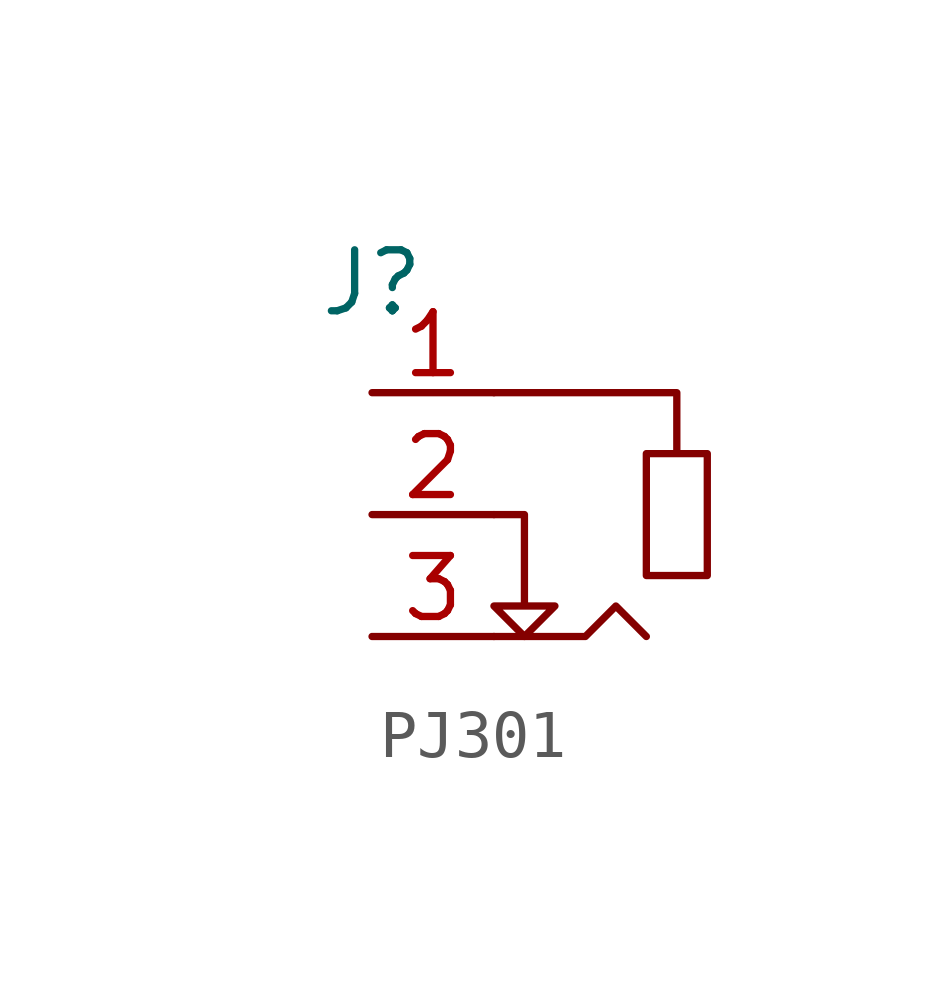
<source format=kicad_sym>
(kicad_symbol_lib
  (version 20231120)
  (generator "kicad_symbol_editor")
  (generator_version "8.0")
  (symbol "PJ301"
    (property "Reference" "J"
      (at 0 4.826 0)
      (effects (font (size 1.27 1.27))))
    (property "Value" ""
      (at -2.54 5.08 0)
      (effects (font (size 1.27 1.27))))
    (symbol "PJ301_0_1"
      (polyline (pts (xy 2.54 -2.54) (xy 4.445 -2.54) (xy 5.08 -1.905) (xy 5.715 -2.54)) (stroke (width 0) (type default)) (fill (type none)))
      (polyline (pts (xy 2.54 0) (xy 3.175 0) (xy 3.175 -1.905) (xy 2.54 -1.905) (xy 3.175 -2.54) (xy 3.81 -1.905) (xy 3.175 -1.905)) (stroke (width 0) (type default)) (fill (type none)))
      (polyline (pts (xy 2.54 2.54) (xy 6.35 2.54) (xy 6.35 1.27) (xy 5.715 1.27) (xy 5.715 -1.27) (xy 6.985 -1.27) (xy 6.985 0.635) (xy 6.985 1.27) (xy 6.35 1.27)) (stroke (width 0) (type default)) (fill (type none))))
    (symbol "PJ301_1_1"
      (pin unspecified line (at 0 2.54 0) (length 2.54) (name "" (effects (font (size 1.27 1.27)))) (number "1" (effects (font (size 1.27 1.27)))))
      (pin unspecified line (at 0 0 0) (length 2.54) (name "" (effects (font (size 1.27 1.27)))) (number "2" (effects (font (size 1.27 1.27)))))
      (pin unspecified line (at 0 -2.54 0) (length 2.54) (name "" (effects (font (size 1.27 1.27)))) (number "3" (effects (font (size 1.27 1.27))))))))
</source>
